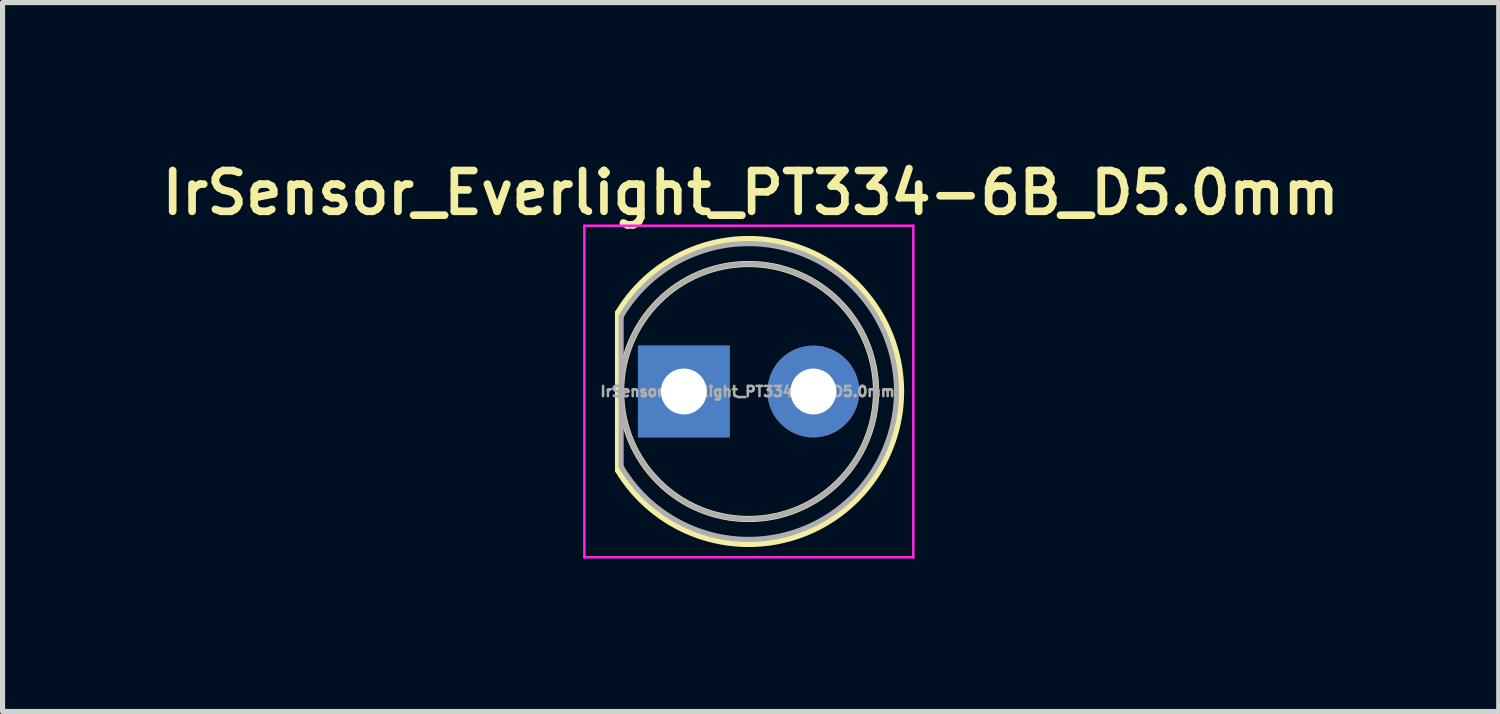
<source format=kicad_pcb>
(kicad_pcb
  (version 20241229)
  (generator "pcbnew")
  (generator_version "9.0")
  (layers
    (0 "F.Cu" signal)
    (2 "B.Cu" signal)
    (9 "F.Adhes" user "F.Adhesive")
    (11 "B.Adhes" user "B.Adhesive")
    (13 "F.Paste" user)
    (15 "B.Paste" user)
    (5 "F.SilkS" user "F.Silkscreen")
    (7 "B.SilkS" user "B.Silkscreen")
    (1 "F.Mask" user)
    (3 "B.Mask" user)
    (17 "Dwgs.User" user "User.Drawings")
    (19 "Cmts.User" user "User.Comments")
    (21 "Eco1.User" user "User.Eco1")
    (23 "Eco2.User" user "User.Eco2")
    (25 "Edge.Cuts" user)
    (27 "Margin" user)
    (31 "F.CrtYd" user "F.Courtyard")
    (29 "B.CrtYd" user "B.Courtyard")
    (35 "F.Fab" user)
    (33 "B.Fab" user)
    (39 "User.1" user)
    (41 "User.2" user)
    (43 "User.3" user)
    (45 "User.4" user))
  (footprint "IrSensor_Everlight_PT334-6B_D5.0mm"
    (layer "F.Cu")
    (at 11.659 4.627)
    (property "Reference" "IrSensor_Everlight_PT334-6B_D5.0mm" (at 0.01 -3.896 0) (layer "F.SilkS") (effects (font (size 0.8 0.8) (thickness 0.15))))
    (attr through_hole)
    (fp_line (start -2.59 -1.545) (end -2.59 1.545) (stroke (width 0.12) (type solid)) (layer "F.SilkS"))
    (fp_arc (start -2.59 -1.54483) (mid 0.772002 -2.880433) (end 2.96 0.000462) (stroke (width 0.12) (type solid)) (layer "F.SilkS"))
    (fp_arc (start 2.96 -0.000462) (mid 0.772002 2.880433) (end -2.59 1.54483) (stroke (width 0.12) (type solid)) (layer "F.SilkS"))
    (fp_circle (center -0.03 0) (end 2.47 0) (stroke (width 0.12) (type solid)) (fill no) (layer "F.SilkS"))
    (fp_line (start -3.25 -3.25) (end -3.25 3.25) (stroke (width 0.05) (type solid)) (layer "F.CrtYd"))
    (fp_line (start -3.25 3.25) (end 3.2 3.25) (stroke (width 0.05) (type solid)) (layer "F.CrtYd"))
    (fp_line (start 3.2 -3.25) (end -3.25 -3.25) (stroke (width 0.05) (type solid)) (layer "F.CrtYd"))
    (fp_line (start 3.2 3.25) (end 3.2 -3.25) (stroke (width 0.05) (type solid)) (layer "F.CrtYd"))
    (fp_line (start -2.53 -1.47) (end -2.53 1.47) (stroke (width 0.1) (type solid)) (layer "F.Fab"))
    (fp_arc (start -2.53 -1.469694) (mid 2.87 0.000016) (end -2.530016 1.469666) (stroke (width 0.1) (type solid)) (layer "F.Fab"))
    (fp_circle (center -0.03 0) (end 2.47 0) (stroke (width 0.1) (type solid)) (fill no) (layer "F.Fab"))
    (fp_text user "${REFERENCE}" (at -0.05 0 0) (layer "F.Fab") (effects (font (size 0.2 0.2) (thickness 0.05))))
    (pad "1" thru_hole rect (at -1.3 0) (size 1.8 1.8) (drill 0.9) (layers "*.Cu" "*.Mask"))
    (pad "2" thru_hole circle (at 1.24 0) (size 1.8 1.8) (drill 0.9) (layers "*.Cu" "*.Mask")))
  (gr_rect
    (start -3 -3)
    (end 26.338 10.902)
    (stroke (width 0.1) (type default))
    (fill no)
    (layer "Edge.Cuts")))
</source>
